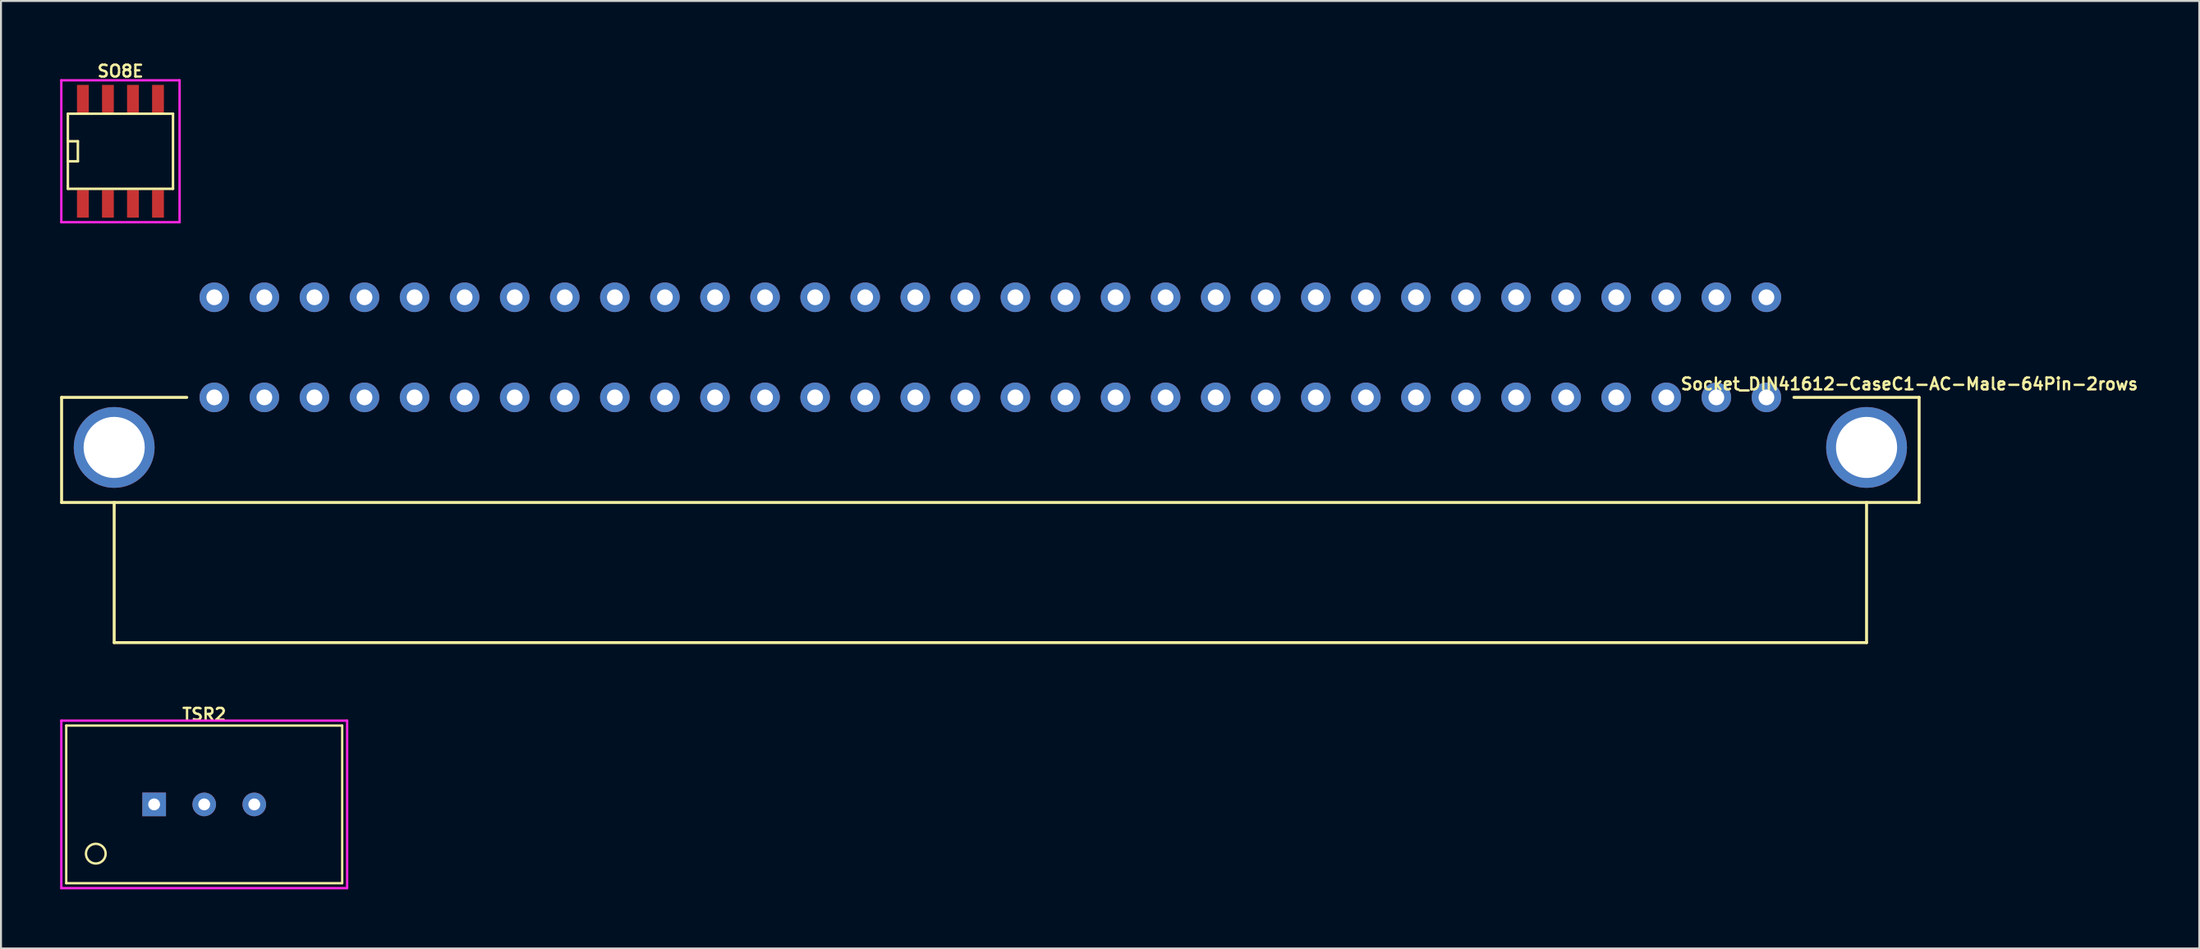
<source format=kicad_pcb>
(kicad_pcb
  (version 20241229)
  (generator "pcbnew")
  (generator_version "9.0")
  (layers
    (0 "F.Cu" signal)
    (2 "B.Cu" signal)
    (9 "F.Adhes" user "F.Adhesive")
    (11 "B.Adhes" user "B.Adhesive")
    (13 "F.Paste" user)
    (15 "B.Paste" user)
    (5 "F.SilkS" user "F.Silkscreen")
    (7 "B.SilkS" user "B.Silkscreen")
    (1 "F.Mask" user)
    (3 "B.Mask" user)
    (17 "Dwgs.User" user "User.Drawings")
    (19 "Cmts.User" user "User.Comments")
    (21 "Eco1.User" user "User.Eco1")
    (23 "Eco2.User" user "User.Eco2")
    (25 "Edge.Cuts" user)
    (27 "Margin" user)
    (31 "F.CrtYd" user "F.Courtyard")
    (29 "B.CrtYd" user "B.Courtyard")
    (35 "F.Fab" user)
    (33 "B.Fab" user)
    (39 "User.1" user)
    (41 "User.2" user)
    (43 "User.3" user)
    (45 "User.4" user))
  (footprint "SO8E"
    (layer "F.Cu")
    (at 3.06 4.626)
    (property "Reference" "SO8E" (at 0 -4.064 0) (layer "F.SilkS") (effects (font (size 0.6 0.6) (thickness 0.12))))
    (attr smd)
    (fp_line (start -2.667 -1.905) (end -2.667 1.778) (stroke (width 0.127) (type solid)) (layer "F.SilkS"))
    (fp_line (start -2.667 -0.508) (end -2.159 -0.508) (stroke (width 0.127) (type solid)) (layer "F.SilkS"))
    (fp_line (start -2.667 1.778) (end -2.667 1.905) (stroke (width 0.127) (type solid)) (layer "F.SilkS"))
    (fp_line (start -2.667 1.905) (end 2.667 1.905) (stroke (width 0.127) (type solid)) (layer "F.SilkS"))
    (fp_line (start -2.159 -0.508) (end -2.159 0.508) (stroke (width 0.127) (type solid)) (layer "F.SilkS"))
    (fp_line (start -2.159 0.508) (end -2.667 0.508) (stroke (width 0.127) (type solid)) (layer "F.SilkS"))
    (fp_line (start 2.667 -1.905) (end -2.667 -1.905) (stroke (width 0.127) (type solid)) (layer "F.SilkS"))
    (fp_line (start 2.667 -1.905) (end 2.667 1.905) (stroke (width 0.127) (type solid)) (layer "F.SilkS"))
    (fp_line (start -3 -3.6) (end 3 -3.6) (stroke (width 0.12) (type solid)) (layer "F.CrtYd"))
    (fp_line (start -3 3.6) (end -3 -3.6) (stroke (width 0.12) (type solid)) (layer "F.CrtYd"))
    (fp_line (start 3 -3.6) (end 3 3.6) (stroke (width 0.12) (type solid)) (layer "F.CrtYd"))
    (fp_line (start 3 3.6) (end -3 3.6) (stroke (width 0.12) (type solid)) (layer "F.CrtYd"))
    (pad "1" smd rect (at -1.905 2.667) (size 0.599 1.4) (layers "F.Cu" "F.Mask" "F.Paste"))
    (pad "2" smd rect (at -0.635 2.667) (size 0.599 1.4) (layers "F.Cu" "F.Mask" "F.Paste"))
    (pad "3" smd rect (at 0.635 2.667) (size 0.599 1.4) (layers "F.Cu" "F.Mask" "F.Paste"))
    (pad "4" smd rect (at 1.905 2.667) (size 0.599 1.4) (layers "F.Cu" "F.Mask" "F.Paste"))
    (pad "5" smd rect (at 1.905 -2.667) (size 0.599 1.4) (layers "F.Cu" "F.Mask" "F.Paste"))
    (pad "6" smd rect (at 0.635 -2.667) (size 0.599 1.4) (layers "F.Cu" "F.Mask" "F.Paste"))
    (pad "7" smd rect (at -0.635 -2.667) (size 0.599 1.4) (layers "F.Cu" "F.Mask" "F.Paste"))
    (pad "8" smd rect (at -1.905 -2.667) (size 0.599 1.4) (layers "F.Cu" "F.Mask" "F.Paste")))
  (footprint "Socket_DIN41612-CaseC1-AC-Male-64Pin-2rows"
    (layer "F.Cu")
    (at 47.192 14.576)
    (property "Reference" "Socket_DIN41612-CaseC1-AC-Male-64Pin-2rows" (at 46.622 1.859 0) (layer "F.SilkS") (effects (font (size 0.6 0.6) (thickness 0.12))))
    (attr through_hole)
    (fp_line (start -47.117 2.54) (end -40.767 2.54) (stroke (width 0.15) (type solid)) (layer "F.SilkS"))
    (fp_line (start -47.117 7.874) (end -47.117 2.54) (stroke (width 0.15) (type solid)) (layer "F.SilkS"))
    (fp_line (start -44.45 14.986) (end -44.45 7.874) (stroke (width 0.15) (type solid)) (layer "F.SilkS"))
    (fp_line (start 44.45 7.874) (end 44.45 14.986) (stroke (width 0.15) (type solid)) (layer "F.SilkS"))
    (fp_line (start 44.45 14.986) (end -44.45 14.986) (stroke (width 0.15) (type solid)) (layer "F.SilkS"))
    (fp_line (start 47.117 2.54) (end 40.767 2.54) (stroke (width 0.15) (type solid)) (layer "F.SilkS"))
    (fp_line (start 47.117 2.54) (end 47.117 7.874) (stroke (width 0.15) (type solid)) (layer "F.SilkS"))
    (fp_line (start 47.117 7.874) (end -47.117 7.874) (stroke (width 0.15) (type solid)) (layer "F.SilkS"))
    (pad "1" thru_hole circle (at -44.45 5.08) (size 4.1 4.1) (drill 3.1) (layers "*.Cu" "*.Mask"))
    (pad "1" thru_hole circle (at 44.45 5.08) (size 4.1 4.1) (drill 3.1) (layers "*.Cu" "*.Mask"))
    (pad "A1" thru_hole circle (at 39.37 -2.54 180) (size 1.501 1.501) (drill 0.8) (layers "*.Cu" "*.Mask"))
    (pad "A2" thru_hole circle (at 36.83 -2.54 180) (size 1.501 1.501) (drill 0.8) (layers "*.Cu" "*.Mask"))
    (pad "A3" thru_hole circle (at 34.29 -2.54 180) (size 1.501 1.501) (drill 0.8) (layers "*.Cu" "*.Mask"))
    (pad "A4" thru_hole circle (at 31.75 -2.54 180) (size 1.501 1.501) (drill 0.8) (layers "*.Cu" "*.Mask"))
    (pad "A5" thru_hole circle (at 29.21 -2.54 180) (size 1.501 1.501) (drill 0.8) (layers "*.Cu" "*.Mask"))
    (pad "A6" thru_hole circle (at 26.67 -2.54 180) (size 1.501 1.501) (drill 0.8) (layers "*.Cu" "*.Mask"))
    (pad "A7" thru_hole circle (at 24.13 -2.54 180) (size 1.501 1.501) (drill 0.8) (layers "*.Cu" "*.Mask"))
    (pad "A8" thru_hole circle (at 21.59 -2.54 180) (size 1.501 1.501) (drill 0.8) (layers "*.Cu" "*.Mask"))
    (pad "A9" thru_hole circle (at 19.05 -2.54 180) (size 1.501 1.501) (drill 0.8) (layers "*.Cu" "*.Mask"))
    (pad "A10" thru_hole circle (at 16.51 -2.54 180) (size 1.501 1.501) (drill 0.8) (layers "*.Cu" "*.Mask"))
    (pad "A11" thru_hole circle (at 13.97 -2.54 180) (size 1.501 1.501) (drill 0.8) (layers "*.Cu" "*.Mask"))
    (pad "A12" thru_hole circle (at 11.43 -2.54 180) (size 1.501 1.501) (drill 0.8) (layers "*.Cu" "*.Mask"))
    (pad "A13" thru_hole circle (at 8.89 -2.54 180) (size 1.501 1.501) (drill 0.8) (layers "*.Cu" "*.Mask"))
    (pad "A14" thru_hole circle (at 6.35 -2.54 180) (size 1.501 1.501) (drill 0.8) (layers "*.Cu" "*.Mask"))
    (pad "A15" thru_hole circle (at 3.81 -2.54 180) (size 1.501 1.501) (drill 0.8) (layers "*.Cu" "*.Mask"))
    (pad "A16" thru_hole circle (at 1.27 -2.54 180) (size 1.501 1.501) (drill 0.8) (layers "*.Cu" "*.Mask"))
    (pad "A17" thru_hole circle (at -1.27 -2.54 180) (size 1.501 1.501) (drill 0.8) (layers "*.Cu" "*.Mask"))
    (pad "A18" thru_hole circle (at -3.81 -2.54 180) (size 1.501 1.501) (drill 0.8) (layers "*.Cu" "*.Mask"))
    (pad "A19" thru_hole circle (at -6.35 -2.54 180) (size 1.501 1.501) (drill 0.8) (layers "*.Cu" "*.Mask"))
    (pad "A20" thru_hole circle (at -8.89 -2.54 180) (size 1.501 1.501) (drill 0.8) (layers "*.Cu" "*.Mask"))
    (pad "A21" thru_hole circle (at -11.43 -2.54 180) (size 1.501 1.501) (drill 0.8) (layers "*.Cu" "*.Mask"))
    (pad "A22" thru_hole circle (at -13.97 -2.54 180) (size 1.501 1.501) (drill 0.8) (layers "*.Cu" "*.Mask"))
    (pad "A23" thru_hole circle (at -16.51 -2.54 180) (size 1.501 1.501) (drill 0.8) (layers "*.Cu" "*.Mask"))
    (pad "A24" thru_hole circle (at -19.05 -2.54 180) (size 1.501 1.501) (drill 0.8) (layers "*.Cu" "*.Mask"))
    (pad "A25" thru_hole circle (at -21.59 -2.54 180) (size 1.501 1.501) (drill 0.8) (layers "*.Cu" "*.Mask"))
    (pad "A26" thru_hole circle (at -24.13 -2.54 180) (size 1.501 1.501) (drill 0.8) (layers "*.Cu" "*.Mask"))
    (pad "A27" thru_hole circle (at -26.67 -2.54 180) (size 1.501 1.501) (drill 0.8) (layers "*.Cu" "*.Mask"))
    (pad "A28" thru_hole circle (at -29.21 -2.54 180) (size 1.501 1.501) (drill 0.8) (layers "*.Cu" "*.Mask"))
    (pad "A29" thru_hole circle (at -31.75 -2.54 180) (size 1.501 1.501) (drill 0.8) (layers "*.Cu" "*.Mask"))
    (pad "A30" thru_hole circle (at -34.29 -2.54 180) (size 1.501 1.501) (drill 0.8) (layers "*.Cu" "*.Mask"))
    (pad "A31" thru_hole circle (at -36.83 -2.54 180) (size 1.501 1.501) (drill 0.8) (layers "*.Cu" "*.Mask"))
    (pad "A32" thru_hole circle (at -39.37 -2.54 180) (size 1.501 1.501) (drill 0.8) (layers "*.Cu" "*.Mask"))
    (pad "C1" thru_hole circle (at 39.37 2.54 180) (size 1.501 1.501) (drill 0.8) (layers "*.Cu" "*.Mask"))
    (pad "C2" thru_hole circle (at 36.83 2.54 180) (size 1.501 1.501) (drill 0.8) (layers "*.Cu" "*.Mask"))
    (pad "C3" thru_hole circle (at 34.29 2.54 180) (size 1.501 1.501) (drill 0.8) (layers "*.Cu" "*.Mask"))
    (pad "C4" thru_hole circle (at 31.75 2.54 180) (size 1.501 1.501) (drill 0.8) (layers "*.Cu" "*.Mask"))
    (pad "C5" thru_hole circle (at 29.21 2.54 180) (size 1.501 1.501) (drill 0.8) (layers "*.Cu" "*.Mask"))
    (pad "C6" thru_hole circle (at 26.67 2.54 180) (size 1.501 1.501) (drill 0.8) (layers "*.Cu" "*.Mask"))
    (pad "C7" thru_hole circle (at 24.13 2.54 180) (size 1.501 1.501) (drill 0.8) (layers "*.Cu" "*.Mask"))
    (pad "C8" thru_hole circle (at 21.59 2.54 180) (size 1.501 1.501) (drill 0.8) (layers "*.Cu" "*.Mask"))
    (pad "C9" thru_hole circle (at 19.05 2.54 180) (size 1.501 1.501) (drill 0.8) (layers "*.Cu" "*.Mask"))
    (pad "C10" thru_hole circle (at 16.51 2.54 180) (size 1.501 1.501) (drill 0.8) (layers "*.Cu" "*.Mask"))
    (pad "C11" thru_hole circle (at 13.97 2.54 180) (size 1.501 1.501) (drill 0.8) (layers "*.Cu" "*.Mask"))
    (pad "C12" thru_hole circle (at 11.43 2.54 180) (size 1.501 1.501) (drill 0.8) (layers "*.Cu" "*.Mask"))
    (pad "C13" thru_hole circle (at 8.89 2.54 180) (size 1.501 1.501) (drill 0.8) (layers "*.Cu" "*.Mask"))
    (pad "C14" thru_hole circle (at 6.35 2.54 180) (size 1.501 1.501) (drill 0.8) (layers "*.Cu" "*.Mask"))
    (pad "C15" thru_hole circle (at 3.81 2.54 180) (size 1.501 1.501) (drill 0.8) (layers "*.Cu" "*.Mask"))
    (pad "C16" thru_hole circle (at 1.27 2.54 180) (size 1.501 1.501) (drill 0.8) (layers "*.Cu" "*.Mask"))
    (pad "C17" thru_hole circle (at -1.27 2.54 180) (size 1.501 1.501) (drill 0.8) (layers "*.Cu" "*.Mask"))
    (pad "C18" thru_hole circle (at -3.81 2.54 180) (size 1.501 1.501) (drill 0.8) (layers "*.Cu" "*.Mask"))
    (pad "C19" thru_hole circle (at -6.35 2.54 180) (size 1.501 1.501) (drill 0.8) (layers "*.Cu" "*.Mask"))
    (pad "C20" thru_hole circle (at -8.89 2.54 180) (size 1.501 1.501) (drill 0.8) (layers "*.Cu" "*.Mask"))
    (pad "C21" thru_hole circle (at -11.43 2.54 180) (size 1.501 1.501) (drill 0.8) (layers "*.Cu" "*.Mask"))
    (pad "C22" thru_hole circle (at -13.97 2.54 180) (size 1.501 1.501) (drill 0.8) (layers "*.Cu" "*.Mask"))
    (pad "C23" thru_hole circle (at -16.51 2.54 180) (size 1.501 1.501) (drill 0.8) (layers "*.Cu" "*.Mask"))
    (pad "C24" thru_hole circle (at -19.05 2.54 180) (size 1.501 1.501) (drill 0.8) (layers "*.Cu" "*.Mask"))
    (pad "C25" thru_hole circle (at -21.59 2.54 180) (size 1.501 1.501) (drill 0.8) (layers "*.Cu" "*.Mask"))
    (pad "C26" thru_hole circle (at -24.13 2.54 180) (size 1.501 1.501) (drill 0.8) (layers "*.Cu" "*.Mask"))
    (pad "C27" thru_hole circle (at -26.67 2.54 180) (size 1.501 1.501) (drill 0.8) (layers "*.Cu" "*.Mask"))
    (pad "C28" thru_hole circle (at -29.21 2.54 180) (size 1.501 1.501) (drill 0.8) (layers "*.Cu" "*.Mask"))
    (pad "C29" thru_hole circle (at -31.75 2.54 180) (size 1.501 1.501) (drill 0.8) (layers "*.Cu" "*.Mask"))
    (pad "C30" thru_hole circle (at -34.29 2.54 180) (size 1.501 1.501) (drill 0.8) (layers "*.Cu" "*.Mask"))
    (pad "C31" thru_hole circle (at -36.83 2.54 180) (size 1.501 1.501) (drill 0.8) (layers "*.Cu" "*.Mask"))
    (pad "C32" thru_hole circle (at -39.37 2.54 180) (size 1.501 1.501) (drill 0.8) (layers "*.Cu" "*.Mask")))
  (footprint "TSR2"
    (layer "F.Cu")
    (at 7.31 37.771)
    (property "Reference" "TSR2" (at 0 -4.572 0) (layer "F.SilkS") (effects (font (size 0.6 0.6) (thickness 0.12))))
    (attr through_hole)
    (fp_line (start -7 -4) (end 7 -4) (stroke (width 0.12) (type solid)) (layer "F.SilkS"))
    (fp_line (start -7 4) (end -7 -4) (stroke (width 0.12) (type solid)) (layer "F.SilkS"))
    (fp_line (start 7 -4) (end 7 4) (stroke (width 0.12) (type solid)) (layer "F.SilkS"))
    (fp_line (start 7 4) (end -7 4) (stroke (width 0.12) (type solid)) (layer "F.SilkS"))
    (fp_circle (center -5.5 2.5) (end -5.5 3) (stroke (width 0.12) (type solid)) (fill no) (layer "F.SilkS"))
    (fp_line (start -7.25 -4.25) (end 7.25 -4.25) (stroke (width 0.12) (type solid)) (layer "F.CrtYd"))
    (fp_line (start -7.25 4.25) (end -7.25 -4.25) (stroke (width 0.12) (type solid)) (layer "F.CrtYd"))
    (fp_line (start 7.25 -4.25) (end 7.25 4.25) (stroke (width 0.12) (type solid)) (layer "F.CrtYd"))
    (fp_line (start 7.25 4.25) (end -7.25 4.25) (stroke (width 0.12) (type solid)) (layer "F.CrtYd"))
    (pad "1" thru_hole rect (at -2.54 0) (size 1.2 1.2) (drill 0.6) (layers "*.Cu" "*.Mask"))
    (pad "2" thru_hole circle (at 0 0) (size 1.2 1.2) (drill 0.6) (layers "*.Cu" "*.Mask"))
    (pad "3" thru_hole circle (at 2.54 0) (size 1.2 1.2) (drill 0.6) (layers "*.Cu" "*.Mask")))
  (gr_rect
    (start -3 -3)
    (end 108.52 45.081)
    (stroke (width 0.1) (type default))
    (fill no)
    (layer "Edge.Cuts")))
</source>
